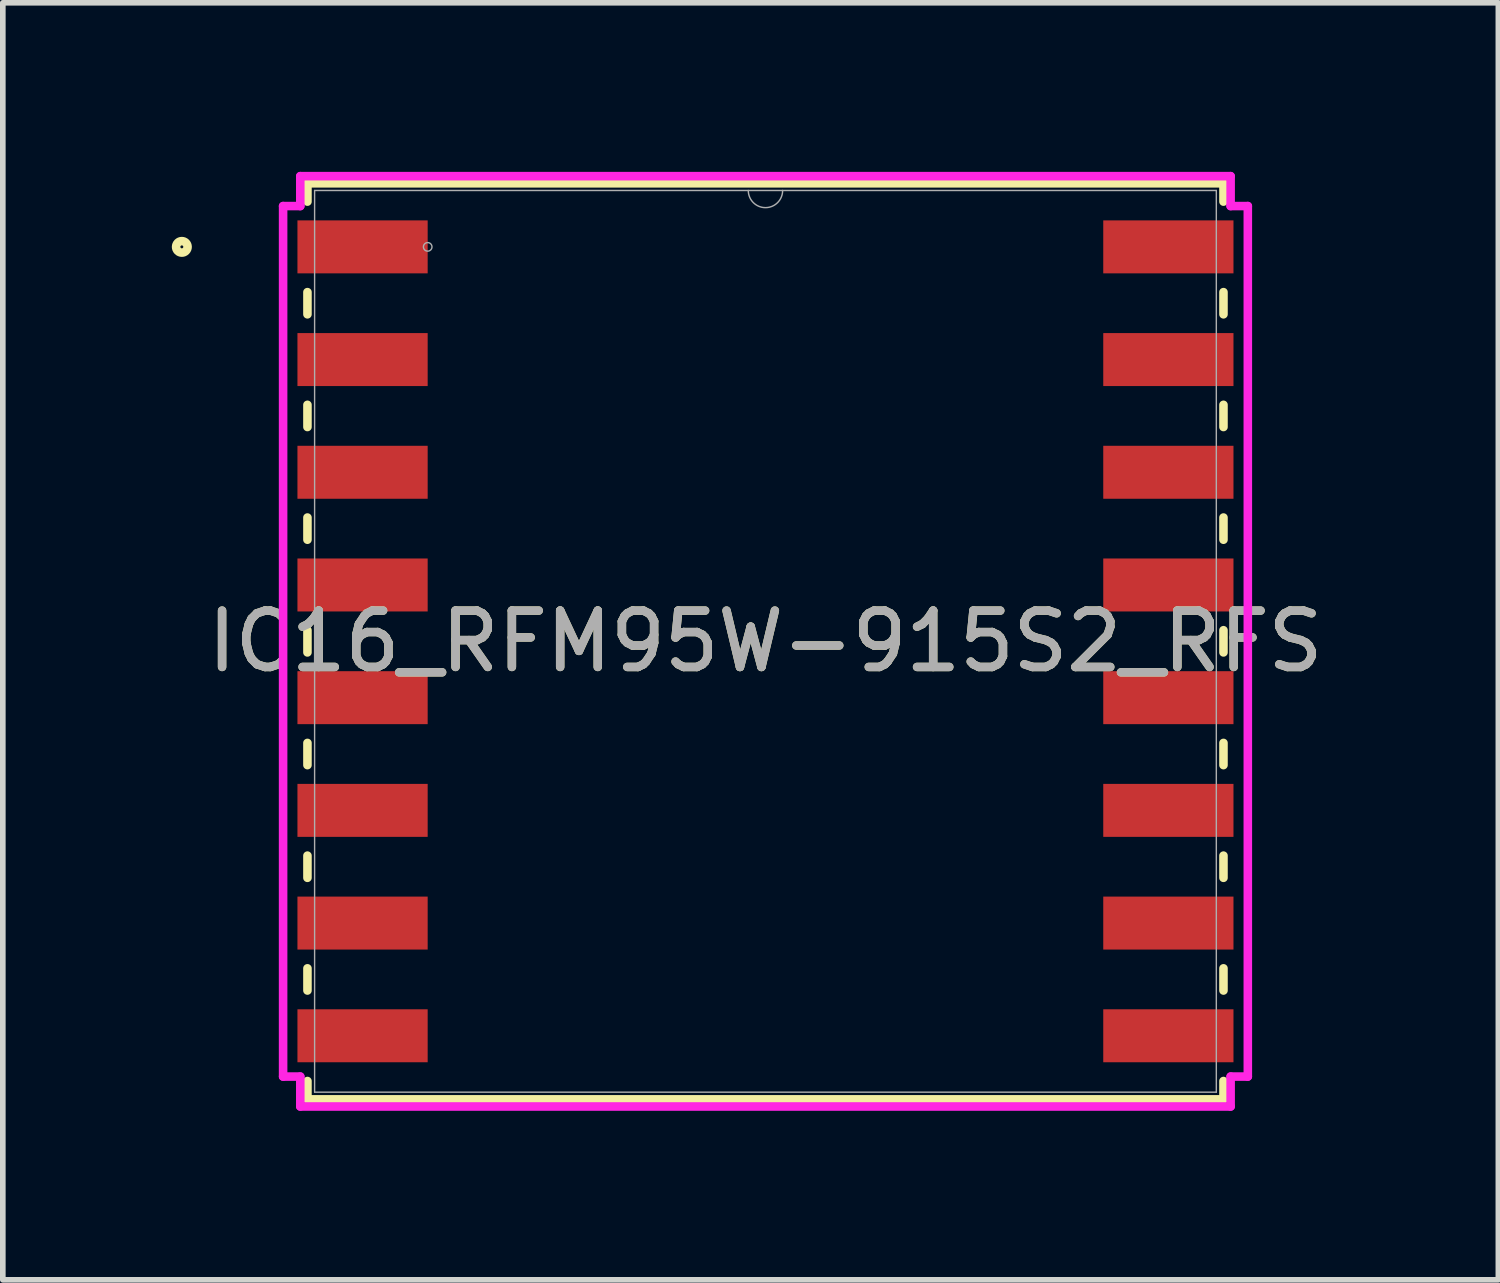
<source format=kicad_pcb>
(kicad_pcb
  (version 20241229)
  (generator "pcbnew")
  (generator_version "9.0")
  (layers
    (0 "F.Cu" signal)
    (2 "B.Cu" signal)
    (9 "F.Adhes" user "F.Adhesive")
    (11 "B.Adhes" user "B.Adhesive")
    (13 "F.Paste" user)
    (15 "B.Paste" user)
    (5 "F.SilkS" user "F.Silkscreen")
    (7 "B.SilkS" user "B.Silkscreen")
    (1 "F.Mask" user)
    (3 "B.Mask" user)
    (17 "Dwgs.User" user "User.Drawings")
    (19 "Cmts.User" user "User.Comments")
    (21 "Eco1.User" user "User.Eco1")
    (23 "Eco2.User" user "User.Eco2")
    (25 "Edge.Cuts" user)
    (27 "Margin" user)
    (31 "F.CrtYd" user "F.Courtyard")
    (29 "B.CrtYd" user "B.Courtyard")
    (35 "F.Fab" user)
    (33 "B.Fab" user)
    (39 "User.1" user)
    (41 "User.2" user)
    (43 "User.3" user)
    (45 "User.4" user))
  (footprint "IC16_RFM95W-915S2_RFS"
    (layer "F.Cu")
    (at 10.534 8.331)
    (property "Reference" "IC16_RFM95W-915S2_RFS" (at 0 0 0) (unlocked yes) (layer "F.SilkS") (effects (font (size 1 1) (thickness 0.15))))
    (attr smd)
    (fp_line (start -8.128 -8.128) (end -8.128 -7.803) (stroke (width 0.152) (type solid)) (layer "F.SilkS"))
    (fp_line (start -8.128 -6.197) (end -8.128 -5.803) (stroke (width 0.152) (type solid)) (layer "F.SilkS"))
    (fp_line (start -8.128 -4.197) (end -8.128 -3.803) (stroke (width 0.152) (type solid)) (layer "F.SilkS"))
    (fp_line (start -8.128 -2.197) (end -8.128 -1.803) (stroke (width 0.152) (type solid)) (layer "F.SilkS"))
    (fp_line (start -8.128 -0.197) (end -8.128 0.197) (stroke (width 0.152) (type solid)) (layer "F.SilkS"))
    (fp_line (start -8.128 1.803) (end -8.128 2.197) (stroke (width 0.152) (type solid)) (layer "F.SilkS"))
    (fp_line (start -8.128 3.803) (end -8.128 4.197) (stroke (width 0.152) (type solid)) (layer "F.SilkS"))
    (fp_line (start -8.128 5.803) (end -8.128 6.197) (stroke (width 0.152) (type solid)) (layer "F.SilkS"))
    (fp_line (start -8.128 7.803) (end -8.128 8.128) (stroke (width 0.152) (type solid)) (layer "F.SilkS"))
    (fp_line (start -8.128 8.128) (end 8.128 8.128) (stroke (width 0.152) (type solid)) (layer "F.SilkS"))
    (fp_line (start 8.128 -8.128) (end -8.128 -8.128) (stroke (width 0.152) (type solid)) (layer "F.SilkS"))
    (fp_line (start 8.128 -7.803) (end 8.128 -8.128) (stroke (width 0.152) (type solid)) (layer "F.SilkS"))
    (fp_line (start 8.128 -5.803) (end 8.128 -6.197) (stroke (width 0.152) (type solid)) (layer "F.SilkS"))
    (fp_line (start 8.128 -3.803) (end 8.128 -4.197) (stroke (width 0.152) (type solid)) (layer "F.SilkS"))
    (fp_line (start 8.128 -1.803) (end 8.128 -2.197) (stroke (width 0.152) (type solid)) (layer "F.SilkS"))
    (fp_line (start 8.128 0.197) (end 8.128 -0.197) (stroke (width 0.152) (type solid)) (layer "F.SilkS"))
    (fp_line (start 8.128 2.197) (end 8.128 1.803) (stroke (width 0.152) (type solid)) (layer "F.SilkS"))
    (fp_line (start 8.128 4.197) (end 8.128 3.803) (stroke (width 0.152) (type solid)) (layer "F.SilkS"))
    (fp_line (start 8.128 6.197) (end 8.128 5.803) (stroke (width 0.152) (type solid)) (layer "F.SilkS"))
    (fp_line (start 8.128 8.128) (end 8.128 7.803) (stroke (width 0.152) (type solid)) (layer "F.SilkS"))
    (fp_circle (center -10.357 -7) (end -10.255 -7) (stroke (width 0.152) (type solid)) (fill no) (layer "F.SilkS"))
    (fp_line (start -8.56 -7.724) (end -8.255 -7.724) (stroke (width 0.152) (type solid)) (layer "F.CrtYd"))
    (fp_line (start -8.56 7.724) (end -8.56 -7.724) (stroke (width 0.152) (type solid)) (layer "F.CrtYd"))
    (fp_line (start -8.56 7.724) (end -8.255 7.724) (stroke (width 0.152) (type solid)) (layer "F.CrtYd"))
    (fp_line (start -8.255 -8.255) (end 8.255 -8.255) (stroke (width 0.152) (type solid)) (layer "F.CrtYd"))
    (fp_line (start -8.255 -7.724) (end -8.255 -8.255) (stroke (width 0.152) (type solid)) (layer "F.CrtYd"))
    (fp_line (start -8.255 8.255) (end -8.255 7.724) (stroke (width 0.152) (type solid)) (layer "F.CrtYd"))
    (fp_line (start 8.255 -8.255) (end 8.255 -7.724) (stroke (width 0.152) (type solid)) (layer "F.CrtYd"))
    (fp_line (start 8.255 7.724) (end 8.255 8.255) (stroke (width 0.152) (type solid)) (layer "F.CrtYd"))
    (fp_line (start 8.255 8.255) (end -8.255 8.255) (stroke (width 0.152) (type solid)) (layer "F.CrtYd"))
    (fp_line (start 8.56 -7.724) (end 8.255 -7.724) (stroke (width 0.152) (type solid)) (layer "F.CrtYd"))
    (fp_line (start 8.56 -7.724) (end 8.56 7.724) (stroke (width 0.152) (type solid)) (layer "F.CrtYd"))
    (fp_line (start 8.56 7.724) (end 8.255 7.724) (stroke (width 0.152) (type solid)) (layer "F.CrtYd"))
    (fp_line (start -8.001 -8.001) (end -8.001 8.001) (stroke (width 0.025) (type solid)) (layer "F.Fab"))
    (fp_line (start -8.001 8.001) (end 8.001 8.001) (stroke (width 0.025) (type solid)) (layer "F.Fab"))
    (fp_line (start 8.001 -8.001) (end -8.001 -8.001) (stroke (width 0.025) (type solid)) (layer "F.Fab"))
    (fp_line (start 8.001 8.001) (end 8.001 -8.001) (stroke (width 0.025) (type solid)) (layer "F.Fab"))
    (fp_arc (start 0.3048 -8.001) (mid 0 -7.6962) (end -0.3048 -8.001) (stroke (width 0.0254) (type solid)) (layer "F.Fab"))
    (fp_circle (center -5.994 -7) (end -5.918 -7) (stroke (width 0.025) (type solid)) (fill no) (layer "F.Fab"))
    (fp_text user "${REFERENCE}" (at 0 0 0) (unlocked yes) (layer "F.Fab") (effects (font (size 1 1) (thickness 0.15))))
    (pad "1" smd rect (at -7.15 -7) (size 2.311 0.94) (layers "F.Cu" "F.Mask" "F.Paste"))
    (pad "2" smd rect (at -7.15 -5) (size 2.311 0.94) (layers "F.Cu" "F.Mask" "F.Paste"))
    (pad "3" smd rect (at -7.15 -3) (size 2.311 0.94) (layers "F.Cu" "F.Mask" "F.Paste"))
    (pad "4" smd rect (at -7.15 -1) (size 2.311 0.94) (layers "F.Cu" "F.Mask" "F.Paste"))
    (pad "5" smd rect (at -7.15 1) (size 2.311 0.94) (layers "F.Cu" "F.Mask" "F.Paste"))
    (pad "6" smd rect (at -7.15 3) (size 2.311 0.94) (layers "F.Cu" "F.Mask" "F.Paste"))
    (pad "7" smd rect (at -7.15 5) (size 2.311 0.94) (layers "F.Cu" "F.Mask" "F.Paste"))
    (pad "8" smd rect (at -7.15 7) (size 2.311 0.94) (layers "F.Cu" "F.Mask" "F.Paste"))
    (pad "9" smd rect (at 7.15 7) (size 2.311 0.94) (layers "F.Cu" "F.Mask" "F.Paste"))
    (pad "10" smd rect (at 7.15 5) (size 2.311 0.94) (layers "F.Cu" "F.Mask" "F.Paste"))
    (pad "11" smd rect (at 7.15 3) (size 2.311 0.94) (layers "F.Cu" "F.Mask" "F.Paste"))
    (pad "12" smd rect (at 7.15 1) (size 2.311 0.94) (layers "F.Cu" "F.Mask" "F.Paste"))
    (pad "13" smd rect (at 7.15 -1) (size 2.311 0.94) (layers "F.Cu" "F.Mask" "F.Paste"))
    (pad "14" smd rect (at 7.15 -3) (size 2.311 0.94) (layers "F.Cu" "F.Mask" "F.Paste"))
    (pad "15" smd rect (at 7.15 -5) (size 2.311 0.94) (layers "F.Cu" "F.Mask" "F.Paste"))
    (pad "16" smd rect (at 7.15 -7) (size 2.311 0.94) (layers "F.Cu" "F.Mask" "F.Paste")))
  (gr_rect
    (start -3 -3)
    (end 23.54 19.662)
    (stroke (width 0.1) (type default))
    (fill no)
    (layer "Edge.Cuts")))
</source>
